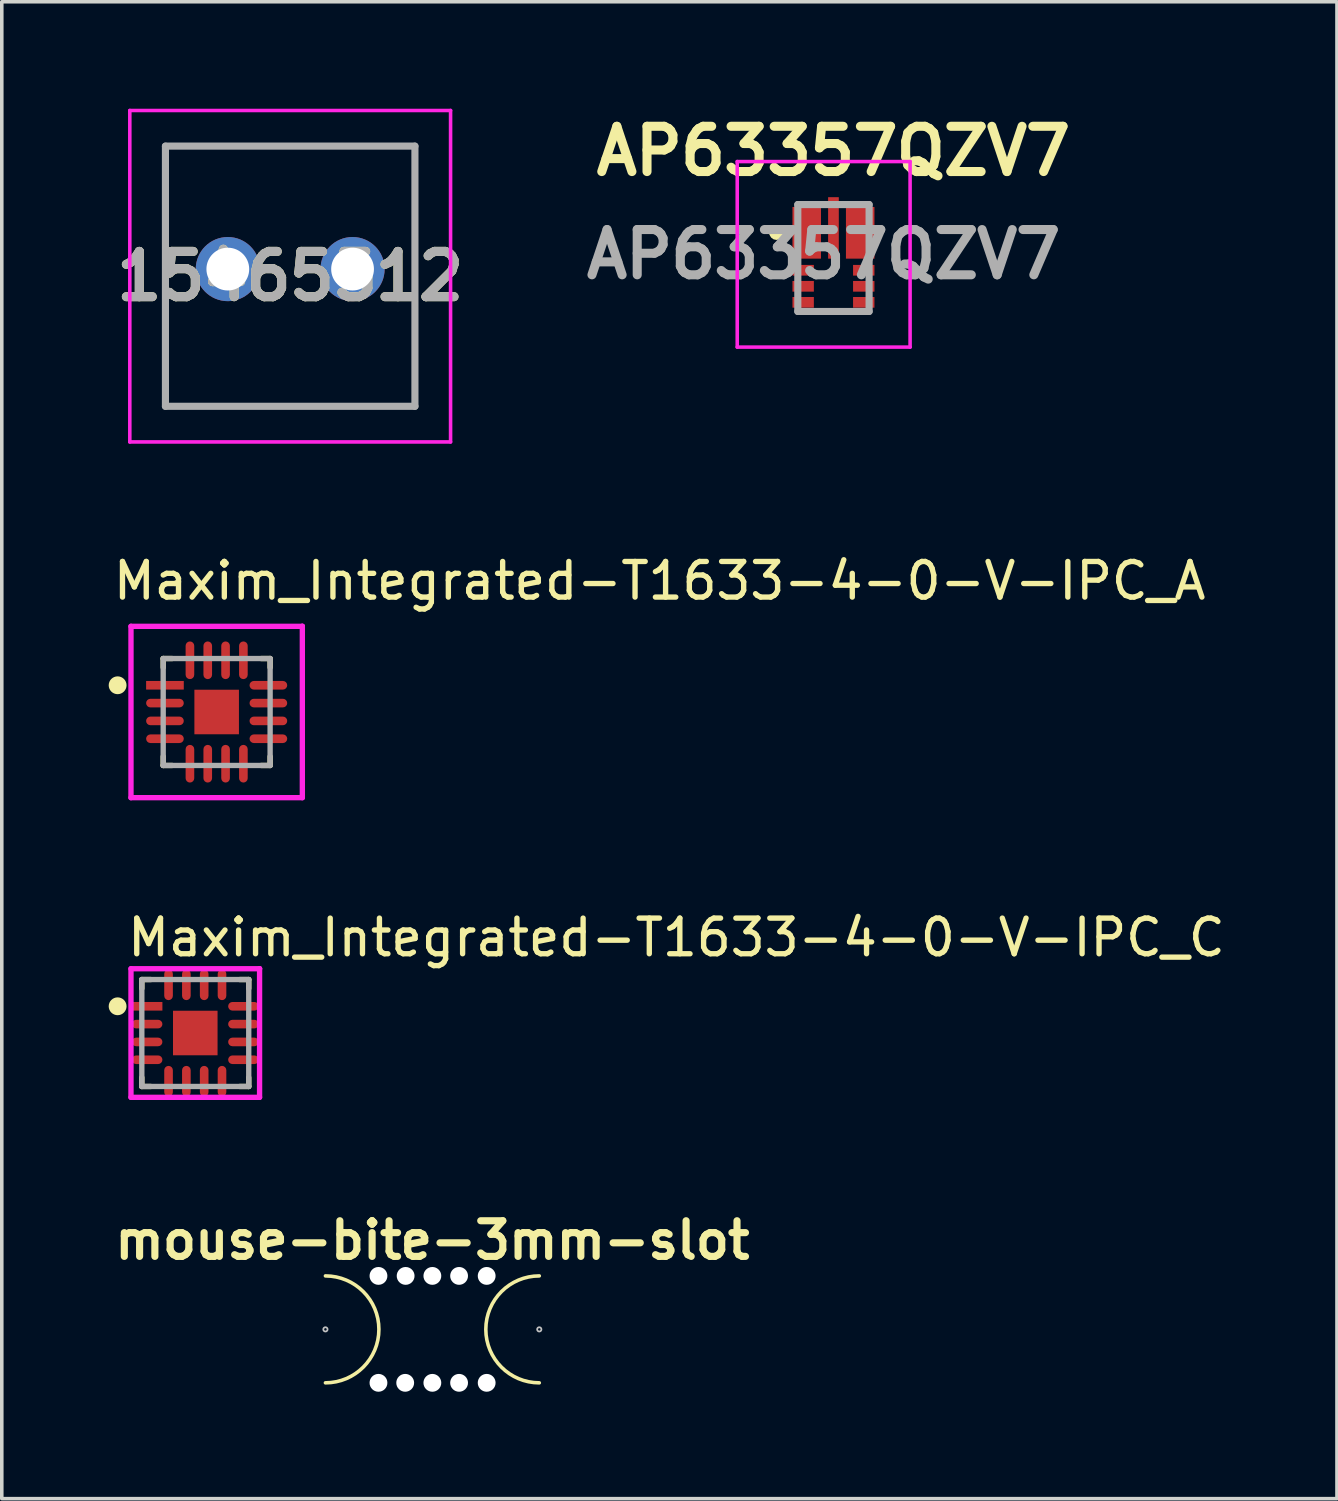
<source format=kicad_pcb>
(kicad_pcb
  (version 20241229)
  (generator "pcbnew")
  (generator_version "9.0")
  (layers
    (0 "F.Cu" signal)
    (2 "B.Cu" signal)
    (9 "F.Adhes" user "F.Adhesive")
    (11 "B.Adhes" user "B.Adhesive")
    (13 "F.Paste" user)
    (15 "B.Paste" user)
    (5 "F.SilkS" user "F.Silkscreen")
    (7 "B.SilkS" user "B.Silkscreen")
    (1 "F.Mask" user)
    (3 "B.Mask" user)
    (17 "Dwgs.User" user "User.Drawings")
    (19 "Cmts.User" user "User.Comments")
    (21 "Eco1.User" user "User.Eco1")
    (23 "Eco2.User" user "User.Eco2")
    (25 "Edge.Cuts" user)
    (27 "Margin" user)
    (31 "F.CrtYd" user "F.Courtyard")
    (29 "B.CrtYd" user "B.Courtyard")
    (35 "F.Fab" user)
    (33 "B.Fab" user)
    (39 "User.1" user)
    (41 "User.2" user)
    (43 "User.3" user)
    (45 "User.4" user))
  (footprint "Maxim_Integrated-T1633-4-0-V-IPC_C"
    (layer "F.Cu")
    (at 2.429 25.934)
    (property "Reference" "Maxim_Integrated-T1633-4-0-V-IPC_C" (at -1.979 -2.679 0) (layer "F.SilkS") (effects (font (size 1 1) (thickness 0.15)) (justify left)))
    (attr through_hole)
    (fp_line (start -1.5 -1.5) (end -1.5 -1.25) (stroke (width 0.15) (type solid)) (layer "F.SilkS"))
    (fp_line (start -1.5 1.5) (end -1.5 1.25) (stroke (width 0.15) (type solid)) (layer "F.SilkS"))
    (fp_line (start -1.25 -1.5) (end -1.5 -1.5) (stroke (width 0.15) (type solid)) (layer "F.SilkS"))
    (fp_line (start -1.25 1.5) (end -1.5 1.5) (stroke (width 0.15) (type solid)) (layer "F.SilkS"))
    (fp_line (start 1.25 -1.5) (end 1.5 -1.5) (stroke (width 0.15) (type solid)) (layer "F.SilkS"))
    (fp_line (start 1.25 1.5) (end 1.5 1.5) (stroke (width 0.15) (type solid)) (layer "F.SilkS"))
    (fp_line (start 1.5 -1.5) (end 1.5 -1.25) (stroke (width 0.15) (type solid)) (layer "F.SilkS"))
    (fp_line (start 1.5 1.5) (end 1.5 1.25) (stroke (width 0.15) (type solid)) (layer "F.SilkS"))
    (fp_circle (center -2.179 -0.75) (end -2.054 -0.75) (stroke (width 0.25) (type solid)) (fill no) (layer "F.SilkS"))
    (fp_poly (pts (xy -0.395 -0.395) (xy 0.395 -0.395) (xy 0.395 0.395) (xy -0.395 0.395)) (stroke (width 0) (type solid)) (fill yes) (layer "F.Paste"))
    (fp_line (start -1.804 -1.804) (end -1.804 1.804) (stroke (width 0.15) (type solid)) (layer "F.CrtYd"))
    (fp_line (start -1.804 1.804) (end 1.804 1.804) (stroke (width 0.15) (type solid)) (layer "F.CrtYd"))
    (fp_line (start 1.804 -1.804) (end -1.804 -1.804) (stroke (width 0.15) (type solid)) (layer "F.CrtYd"))
    (fp_line (start 1.804 -1.804) (end 1.804 -1.804) (stroke (width 0.15) (type solid)) (layer "F.CrtYd"))
    (fp_line (start 1.804 1.804) (end 1.804 -1.804) (stroke (width 0.15) (type solid)) (layer "F.CrtYd"))
    (fp_line (start -1.5 -1.5) (end 1.5 -1.5) (stroke (width 0.15) (type solid)) (layer "F.Fab"))
    (fp_line (start -1.5 1.5) (end -1.5 -1.5) (stroke (width 0.15) (type solid)) (layer "F.Fab"))
    (fp_line (start 1.5 -1.5) (end 1.5 1.5) (stroke (width 0.15) (type solid)) (layer "F.Fab"))
    (fp_line (start 1.5 1.5) (end -1.5 1.5) (stroke (width 0.15) (type solid)) (layer "F.Fab"))
    (pad "1" smd rect (at -1.351 -0.75) (size 0.857 0.242) (layers "F.Cu" "F.Mask" "F.Paste"))
    (pad "2" smd roundrect (at -1.351 -0.25) (size 0.857 0.242) (layers "F.Cu" "F.Mask" "F.Paste") (roundrect_rratio 0.5))
    (pad "3" smd roundrect (at -1.351 0.25) (size 0.857 0.242) (layers "F.Cu" "F.Mask" "F.Paste") (roundrect_rratio 0.5))
    (pad "4" smd roundrect (at -1.351 0.75) (size 0.857 0.242) (layers "F.Cu" "F.Mask" "F.Paste") (roundrect_rratio 0.5))
    (pad "5" smd roundrect (at -0.75 1.351) (size 0.242 0.857) (layers "F.Cu" "F.Mask" "F.Paste") (roundrect_rratio 0.5))
    (pad "6" smd roundrect (at -0.25 1.351) (size 0.242 0.857) (layers "F.Cu" "F.Mask" "F.Paste") (roundrect_rratio 0.5))
    (pad "7" smd roundrect (at 0.25 1.351) (size 0.242 0.857) (layers "F.Cu" "F.Mask" "F.Paste") (roundrect_rratio 0.5))
    (pad "8" smd roundrect (at 0.75 1.351) (size 0.242 0.857) (layers "F.Cu" "F.Mask" "F.Paste") (roundrect_rratio 0.5))
    (pad "9" smd roundrect (at 1.351 0.75) (size 0.857 0.242) (layers "F.Cu" "F.Mask" "F.Paste") (roundrect_rratio 0.5))
    (pad "10" smd roundrect (at 1.351 0.25) (size 0.857 0.242) (layers "F.Cu" "F.Mask" "F.Paste") (roundrect_rratio 0.5))
    (pad "11" smd roundrect (at 1.351 -0.25) (size 0.857 0.242) (layers "F.Cu" "F.Mask" "F.Paste") (roundrect_rratio 0.5))
    (pad "12" smd roundrect (at 1.351 -0.75) (size 0.857 0.242) (layers "F.Cu" "F.Mask" "F.Paste") (roundrect_rratio 0.5))
    (pad "13" smd roundrect (at 0.75 -1.351) (size 0.242 0.857) (layers "F.Cu" "F.Mask" "F.Paste") (roundrect_rratio 0.5))
    (pad "14" smd roundrect (at 0.25 -1.351) (size 0.242 0.857) (layers "F.Cu" "F.Mask" "F.Paste") (roundrect_rratio 0.5))
    (pad "15" smd roundrect (at -0.25 -1.351) (size 0.242 0.857) (layers "F.Cu" "F.Mask" "F.Paste") (roundrect_rratio 0.5))
    (pad "16" smd roundrect (at -0.75 -1.351) (size 0.242 0.857) (layers "F.Cu" "F.Mask" "F.Paste") (roundrect_rratio 0.5))
    (pad "17" smd rect (at 0 0) (size 1.25 1.25) (layers "F.Cu" "F.Mask")))
  (footprint "mouse-bite-3mm-slot"
    (layer "F.Cu")
    (at 9.081 34.249)
    (property "Reference" "mouse-bite-3mm-slot" (at 0 -2.5 0) (layer "F.SilkS") (effects (font (size 1 1) (thickness 0.2))))
    (attr through_hole)
    (fp_arc (start -3 -1.5) (mid -1.5 0) (end -3 1.5) (stroke (width 0.1) (type solid)) (layer "F.SilkS"))
    (fp_arc (start 3 1.5) (mid 1.5 0) (end 3 -1.5) (stroke (width 0.1) (type solid)) (layer "F.SilkS"))
    (fp_circle (center -3 0) (end -3 -0.06) (stroke (width 0.05) (type solid)) (fill no) (layer "Dwgs.User"))
    (fp_circle (center 3 0) (end 3.06 0) (stroke (width 0.05) (type solid)) (fill no) (layer "Dwgs.User"))
    (fp_line (start -3 0) (end -3 0) (stroke (width 3) (type solid)) (layer "Eco1.User"))
    (fp_line (start 3 0) (end 3 0) (stroke (width 3) (type solid)) (layer "Eco1.User"))
    (pad "" np_thru_hole circle (at -1.512 -1.5) (size 0.5 0.5) (drill 0.5) (layers "*.Cu" "*.Mask"))
    (pad "" np_thru_hole circle (at -1.512 1.5) (size 0.5 0.5) (drill 0.5) (layers "*.Cu" "*.Mask"))
    (pad "" np_thru_hole circle (at -0.762 1.5) (size 0.5 0.5) (drill 0.5) (layers "*.Cu" "*.Mask"))
    (pad "" np_thru_hole circle (at -0.75 -1.5) (size 0.5 0.5) (drill 0.5) (layers "*.Cu" "*.Mask"))
    (pad "" np_thru_hole circle (at 0 -1.5) (size 0.5 0.5) (drill 0.5) (layers "*.Cu" "*.Mask"))
    (pad "" np_thru_hole circle (at 0 1.5) (size 0.5 0.5) (drill 0.5) (layers "*.Cu" "*.Mask"))
    (pad "" np_thru_hole circle (at 0.75 -1.5) (size 0.5 0.5) (drill 0.5) (layers "*.Cu" "*.Mask"))
    (pad "" np_thru_hole circle (at 0.75 1.5) (size 0.5 0.5) (drill 0.5) (layers "*.Cu" "*.Mask"))
    (pad "" np_thru_hole circle (at 1.524 -1.5) (size 0.5 0.5) (drill 0.5) (layers "*.Cu" "*.Mask"))
    (pad "" np_thru_hole circle (at 1.524 1.5) (size 0.5 0.5) (drill 0.5) (layers "*.Cu" "*.Mask")))
  (footprint "15465512"
    (layer "F.Cu")
    (at 3.342 4.5)
    (property "Reference" "15465512" (at 1.75 0.2 0) (layer "F.SilkS") (effects (font (size 1.27 1.27) (thickness 0.254))))
    (attr through_hole)
    (fp_line (start -1.75 -3.45) (end 5.25 -3.45) (stroke (width 0.1) (type solid)) (layer "F.SilkS"))
    (fp_line (start -1.75 3.85) (end -1.75 -3.45) (stroke (width 0.1) (type solid)) (layer "F.SilkS"))
    (fp_line (start 5.25 -3.45) (end 5.25 3.85) (stroke (width 0.1) (type solid)) (layer "F.SilkS"))
    (fp_line (start 5.25 3.85) (end -1.75 3.85) (stroke (width 0.1) (type solid)) (layer "F.SilkS"))
    (fp_line (start -2.75 -4.45) (end 6.25 -4.45) (stroke (width 0.1) (type solid)) (layer "F.CrtYd"))
    (fp_line (start -2.75 4.85) (end -2.75 -4.45) (stroke (width 0.1) (type solid)) (layer "F.CrtYd"))
    (fp_line (start 6.25 -4.45) (end 6.25 4.85) (stroke (width 0.1) (type solid)) (layer "F.CrtYd"))
    (fp_line (start 6.25 4.85) (end -2.75 4.85) (stroke (width 0.1) (type solid)) (layer "F.CrtYd"))
    (fp_line (start -1.75 -3.45) (end 5.25 -3.45) (stroke (width 0.2) (type solid)) (layer "F.Fab"))
    (fp_line (start -1.75 3.85) (end -1.75 -3.45) (stroke (width 0.2) (type solid)) (layer "F.Fab"))
    (fp_line (start 5.25 -3.45) (end 5.25 3.85) (stroke (width 0.2) (type solid)) (layer "F.Fab"))
    (fp_line (start 5.25 3.85) (end -1.75 3.85) (stroke (width 0.2) (type solid)) (layer "F.Fab"))
    (fp_text user "${REFERENCE}" (at 1.75 0.2 0) (layer "F.Fab") (effects (font (size 1.27 1.27) (thickness 0.254))))
    (pad "1" thru_hole circle (at 0 0) (size 1.8 1.8) (drill 1.2) (layers "*.Cu" "*.Mask"))
    (pad "2" thru_hole circle (at 3.5 0) (size 1.8 1.8) (drill 1.2) (layers "*.Cu" "*.Mask")))
  (footprint "Maxim_Integrated-T1633-4-0-V-IPC_A"
    (layer "F.Cu")
    (at 3.029 16.927)
    (property "Reference" "Maxim_Integrated-T1633-4-0-V-IPC_A" (at -2.979 -3.679 0) (layer "F.SilkS") (effects (font (size 1 1) (thickness 0.15)) (justify left)))
    (attr through_hole)
    (fp_line (start -1.5 -1.5) (end -1.5 -1.25) (stroke (width 0.15) (type solid)) (layer "F.SilkS"))
    (fp_line (start -1.5 1.5) (end -1.5 1.25) (stroke (width 0.15) (type solid)) (layer "F.SilkS"))
    (fp_line (start -1.25 -1.5) (end -1.5 -1.5) (stroke (width 0.15) (type solid)) (layer "F.SilkS"))
    (fp_line (start -1.25 1.5) (end -1.5 1.5) (stroke (width 0.15) (type solid)) (layer "F.SilkS"))
    (fp_line (start 1.25 -1.5) (end 1.5 -1.5) (stroke (width 0.15) (type solid)) (layer "F.SilkS"))
    (fp_line (start 1.25 1.5) (end 1.5 1.5) (stroke (width 0.15) (type solid)) (layer "F.SilkS"))
    (fp_line (start 1.5 -1.5) (end 1.5 -1.25) (stroke (width 0.15) (type solid)) (layer "F.SilkS"))
    (fp_line (start 1.5 1.5) (end 1.5 1.25) (stroke (width 0.15) (type solid)) (layer "F.SilkS"))
    (fp_circle (center -2.779 -0.75) (end -2.654 -0.75) (stroke (width 0.25) (type solid)) (fill no) (layer "F.SilkS"))
    (fp_poly (pts (xy -0.395 -0.395) (xy 0.395 -0.395) (xy 0.395 0.395) (xy -0.395 0.395)) (stroke (width 0) (type solid)) (fill yes) (layer "F.Paste"))
    (fp_line (start -2.404 -2.404) (end -2.404 2.404) (stroke (width 0.15) (type solid)) (layer "F.CrtYd"))
    (fp_line (start -2.404 2.404) (end 2.404 2.404) (stroke (width 0.15) (type solid)) (layer "F.CrtYd"))
    (fp_line (start 2.404 -2.404) (end -2.404 -2.404) (stroke (width 0.15) (type solid)) (layer "F.CrtYd"))
    (fp_line (start 2.404 -2.404) (end 2.404 -2.404) (stroke (width 0.15) (type solid)) (layer "F.CrtYd"))
    (fp_line (start 2.404 2.404) (end 2.404 -2.404) (stroke (width 0.15) (type solid)) (layer "F.CrtYd"))
    (fp_line (start -1.5 -1.5) (end 1.5 -1.5) (stroke (width 0.15) (type solid)) (layer "F.Fab"))
    (fp_line (start -1.5 1.5) (end -1.5 -1.5) (stroke (width 0.15) (type solid)) (layer "F.Fab"))
    (fp_line (start 1.5 -1.5) (end 1.5 1.5) (stroke (width 0.15) (type solid)) (layer "F.Fab"))
    (fp_line (start 1.5 1.5) (end -1.5 1.5) (stroke (width 0.15) (type solid)) (layer "F.Fab"))
    (pad "1" smd rect (at -1.451 -0.75) (size 1.057 0.242) (layers "F.Cu" "F.Mask" "F.Paste"))
    (pad "2" smd roundrect (at -1.451 -0.25) (size 1.057 0.242) (layers "F.Cu" "F.Mask" "F.Paste") (roundrect_rratio 0.5))
    (pad "3" smd roundrect (at -1.451 0.25) (size 1.057 0.242) (layers "F.Cu" "F.Mask" "F.Paste") (roundrect_rratio 0.5))
    (pad "4" smd roundrect (at -1.451 0.75) (size 1.057 0.242) (layers "F.Cu" "F.Mask" "F.Paste") (roundrect_rratio 0.5))
    (pad "5" smd roundrect (at -0.75 1.451) (size 0.242 1.057) (layers "F.Cu" "F.Mask" "F.Paste") (roundrect_rratio 0.5))
    (pad "6" smd roundrect (at -0.25 1.451) (size 0.242 1.057) (layers "F.Cu" "F.Mask" "F.Paste") (roundrect_rratio 0.5))
    (pad "7" smd roundrect (at 0.25 1.451) (size 0.242 1.057) (layers "F.Cu" "F.Mask" "F.Paste") (roundrect_rratio 0.5))
    (pad "8" smd roundrect (at 0.75 1.451) (size 0.242 1.057) (layers "F.Cu" "F.Mask" "F.Paste") (roundrect_rratio 0.5))
    (pad "9" smd roundrect (at 1.451 0.75) (size 1.057 0.242) (layers "F.Cu" "F.Mask" "F.Paste") (roundrect_rratio 0.5))
    (pad "10" smd roundrect (at 1.451 0.25) (size 1.057 0.242) (layers "F.Cu" "F.Mask" "F.Paste") (roundrect_rratio 0.5))
    (pad "11" smd roundrect (at 1.451 -0.25) (size 1.057 0.242) (layers "F.Cu" "F.Mask" "F.Paste") (roundrect_rratio 0.5))
    (pad "12" smd roundrect (at 1.451 -0.75) (size 1.057 0.242) (layers "F.Cu" "F.Mask" "F.Paste") (roundrect_rratio 0.5))
    (pad "13" smd roundrect (at 0.75 -1.451) (size 0.242 1.057) (layers "F.Cu" "F.Mask" "F.Paste") (roundrect_rratio 0.5))
    (pad "14" smd roundrect (at 0.25 -1.451) (size 0.242 1.057) (layers "F.Cu" "F.Mask" "F.Paste") (roundrect_rratio 0.5))
    (pad "15" smd roundrect (at -0.25 -1.451) (size 0.242 1.057) (layers "F.Cu" "F.Mask" "F.Paste") (roundrect_rratio 0.5))
    (pad "16" smd roundrect (at -0.75 -1.451) (size 0.242 1.057) (layers "F.Cu" "F.Mask" "F.Paste") (roundrect_rratio 0.5))
    (pad "17" smd rect (at 0 0) (size 1.25 1.25) (layers "F.Cu" "F.Mask")))
  (footprint "AP63357QZV7"
    (layer "F.Cu")
    (at 20.335 4.189)
    (property "Reference" "AP63357QZV7" (at 0 -3 0) (layer "F.SilkS") (effects (font (size 1.27 1.27) (thickness 0.254))))
    (attr smd)
    (fp_line (start -1.7 -0.707) (end -1.7 -0.707) (stroke (width 0.2) (type solid)) (layer "F.SilkS"))
    (fp_line (start -1.5 -0.707) (end -1.5 -0.707) (stroke (width 0.2) (type solid)) (layer "F.SilkS"))
    (fp_arc (start -1.7 -0.707) (mid -1.6 -0.807) (end -1.5 -0.707) (stroke (width 0.2) (type solid)) (layer "F.SilkS"))
    (fp_arc (start -1.5 -0.707) (mid -1.6 -0.607) (end -1.7 -0.707) (stroke (width 0.2) (type solid)) (layer "F.SilkS"))
    (fp_line (start -2.7 -2.706) (end 2.15 -2.706) (stroke (width 0.1) (type solid)) (layer "F.CrtYd"))
    (fp_line (start -2.7 2.5) (end -2.7 -2.706) (stroke (width 0.1) (type solid)) (layer "F.CrtYd"))
    (fp_line (start 2.15 -2.706) (end 2.15 2.5) (stroke (width 0.1) (type solid)) (layer "F.CrtYd"))
    (fp_line (start 2.15 2.5) (end -2.7 2.5) (stroke (width 0.1) (type solid)) (layer "F.CrtYd"))
    (fp_line (start -1 -1.5) (end 1 -1.5) (stroke (width 0.2) (type solid)) (layer "F.Fab"))
    (fp_line (start -1 1.5) (end -1 -1.5) (stroke (width 0.2) (type solid)) (layer "F.Fab"))
    (fp_line (start 1 -1.5) (end 1 1.5) (stroke (width 0.2) (type solid)) (layer "F.Fab"))
    (fp_line (start 1 1.5) (end -1 1.5) (stroke (width 0.2) (type solid)) (layer "F.Fab"))
    (fp_text user "${REFERENCE}" (at -0.275 -0.103 0) (layer "F.Fab") (effects (font (size 1.27 1.27) (thickness 0.254))))
    (pad "1" smd rect (at -0.75 -0.707) (size 0.8 1.45) (layers "F.Cu" "F.Mask" "F.Paste"))
    (pad "2" smd rect (at -0.85 0.344 90) (size 0.3 0.6) (layers "F.Cu" "F.Mask" "F.Paste"))
    (pad "3" smd rect (at -0.85 0.794 90) (size 0.3 0.6) (layers "F.Cu" "F.Mask" "F.Paste"))
    (pad "4" smd rect (at -0.85 1.244 90) (size 0.3 0.6) (layers "F.Cu" "F.Mask" "F.Paste"))
    (pad "5" smd rect (at 0.85 1.244 90) (size 0.3 0.6) (layers "F.Cu" "F.Mask" "F.Paste"))
    (pad "6" smd rect (at 0.85 0.794 90) (size 0.3 0.6) (layers "F.Cu" "F.Mask" "F.Paste"))
    (pad "7" smd rect (at 0.85 0.344 90) (size 0.3 0.6) (layers "F.Cu" "F.Mask" "F.Paste"))
    (pad "8" smd rect (at 0.75 -0.707) (size 0.8 1.45) (layers "F.Cu" "F.Mask" "F.Paste"))
    (pad "9" smd rect (at 0 -0.844) (size 0.3 1.725) (layers "F.Cu" "F.Mask" "F.Paste")))
  (gr_rect
    (start -3 -3)
    (end 34.462 38.999)
    (stroke (width 0.1) (type default))
    (fill no)
    (layer "Edge.Cuts")))
</source>
